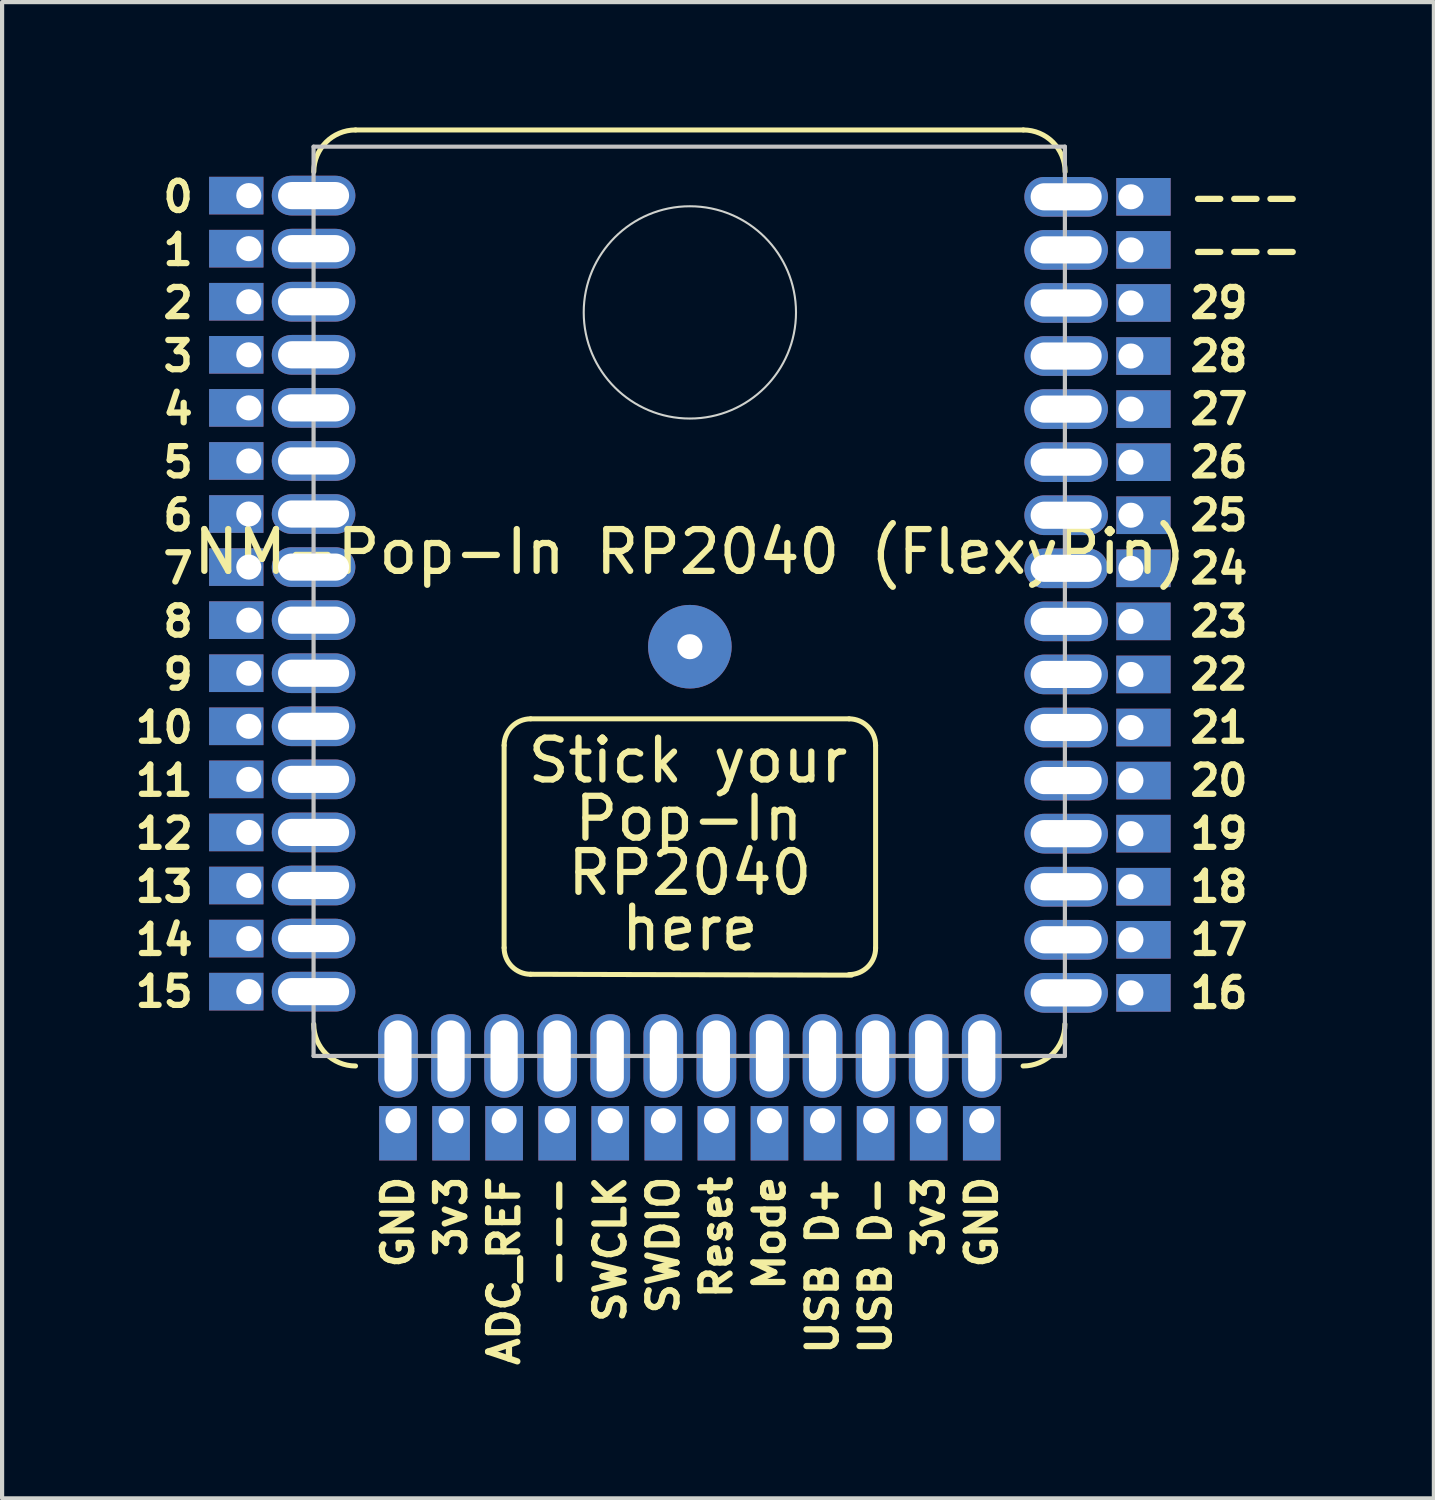
<source format=kicad_pcb>
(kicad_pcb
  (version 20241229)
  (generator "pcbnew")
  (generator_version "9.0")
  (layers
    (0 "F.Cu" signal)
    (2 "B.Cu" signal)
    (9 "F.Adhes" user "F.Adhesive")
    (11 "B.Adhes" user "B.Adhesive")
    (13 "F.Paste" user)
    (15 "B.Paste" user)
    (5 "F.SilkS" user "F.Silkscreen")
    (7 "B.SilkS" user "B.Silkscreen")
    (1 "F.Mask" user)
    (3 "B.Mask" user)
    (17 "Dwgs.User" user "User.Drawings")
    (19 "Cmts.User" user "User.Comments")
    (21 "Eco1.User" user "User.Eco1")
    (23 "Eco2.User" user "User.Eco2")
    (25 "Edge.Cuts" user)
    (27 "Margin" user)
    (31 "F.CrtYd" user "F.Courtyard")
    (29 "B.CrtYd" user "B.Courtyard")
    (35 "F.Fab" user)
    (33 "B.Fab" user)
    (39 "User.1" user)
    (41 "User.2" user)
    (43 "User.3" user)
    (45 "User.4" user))
  (footprint "NM-Pop-In RP2040 (FlexyPin)"
    (layer "F.Cu")
    (at 13.459 12.426)
    (property "Reference" "NM-Pop-In RP2040 (FlexyPin)" (at 0 -2.27 0) (unlocked yes) (layer "F.SilkS") (effects (font (size 1 1) (thickness 0.15))))
    (fp_line (start -4.445 2.361) (end -4.445 7.204) (stroke (width 0.12) (type solid)) (layer "F.SilkS"))
    (fp_line (start -3.81 1.726) (end 3.81 1.726) (stroke (width 0.12) (type solid)) (layer "F.SilkS"))
    (fp_line (start 3.869 7.86) (end -3.81 7.839) (stroke (width 0.12) (type solid)) (layer "F.SilkS"))
    (fp_line (start 4.445 2.361) (end 4.445 7.211) (stroke (width 0.12) (type solid)) (layer "F.SilkS"))
    (fp_line (start 7.98 -12.366) (end -8 -12.366) (stroke (width 0.12) (type solid)) (layer "F.SilkS"))
    (fp_arc (start -8.999533 -11.366236) (mid -8.70664 -12.073343) (end -7.999533 -12.366236) (stroke (width 0.12) (type solid)) (layer "F.SilkS"))
    (fp_arc (start -8.001016 10.033764) (mid -8.708123 9.740871) (end -9.001016 9.033764) (stroke (width 0.12) (type solid)) (layer "F.SilkS"))
    (fp_arc (start -4.445 2.361447) (mid -4.259013 1.912434) (end -3.81 1.726447) (stroke (width 0.12) (type solid)) (layer "F.SilkS"))
    (fp_arc (start -3.81 7.839268) (mid -4.259013 7.653281) (end -4.445 7.204268) (stroke (width 0.12) (type solid)) (layer "F.SilkS"))
    (fp_arc (start 3.81 1.726448) (mid 4.259022 1.912427) (end 4.445 2.361448) (stroke (width 0.12) (type solid)) (layer "F.SilkS"))
    (fp_arc (start 4.445 7.211451) (mid 4.25901 7.660462) (end 3.81 7.846451) (stroke (width 0.12) (type solid)) (layer "F.SilkS"))
    (fp_arc (start 7.980013 -12.366236) (mid 8.687103 -12.073342) (end 8.980013 -11.366236) (stroke (width 0.12) (type solid)) (layer "F.SilkS"))
    (fp_arc (start 8.974622 9.033764) (mid 8.681722 9.740862) (end 7.974622 10.033764) (stroke (width 0.12) (type solid)) (layer "F.SilkS"))
    (fp_line (start -9.005 -11.966) (end 8.975 -11.966) (stroke (width 0.1) (type solid)) (layer "Dwgs.User"))
    (fp_line (start -9.005 9.794) (end -9.005 -11.966) (stroke (width 0.1) (type solid)) (layer "Dwgs.User"))
    (fp_line (start 8.975 -11.966) (end 8.975 9.794) (stroke (width 0.1) (type solid)) (layer "Dwgs.User"))
    (fp_line (start 8.975 9.794) (end -9.005 9.794) (stroke (width 0.1) (type solid)) (layer "Dwgs.User"))
    (fp_circle (center 0 -8) (end 2.54 -8) (stroke (width 0.05) (type solid)) (fill no) (layer "Edge.Cuts"))
    (fp_text user "Pop-In" (at -0.023 4.113 0) (unlocked yes) (layer "F.SilkS") (effects (font (size 1 1) (thickness 0.15))))
    (fp_text user "27" (at 11.895 -5.686 0) (unlocked yes) (layer "F.SilkS") (effects (font (size 0.7 0.7) (thickness 0.15)) (justify left)))
    (fp_text user "24" (at 11.895 -1.876 0) (unlocked yes) (layer "F.SilkS") (effects (font (size 0.7 0.7) (thickness 0.15)) (justify left)))
    (fp_text user "10" (at -11.815 1.934 0) (unlocked yes) (layer "F.SilkS") (effects (font (size 0.7 0.7) (thickness 0.15)) (justify right)))
    (fp_text user "9" (at -11.815 0.664 0) (unlocked yes) (layer "F.SilkS") (effects (font (size 0.7 0.7) (thickness 0.15)) (justify right)))
    (fp_text user "1" (at -11.815 -9.496 0) (unlocked yes) (layer "F.SilkS") (effects (font (size 0.7 0.7) (thickness 0.15)) (justify right)))
    (fp_text user "SWDIO" (at -0.635 12.604 90) (unlocked yes) (layer "F.SilkS") (effects (font (size 0.7 0.7) (thickness 0.15)) (justify right)))
    (fp_text user "21" (at 11.895 1.934 0) (unlocked yes) (layer "F.SilkS") (effects (font (size 0.7 0.7) (thickness 0.15)) (justify left)))
    (fp_text user "GND" (at -6.985 12.604 90) (unlocked yes) (layer "F.SilkS") (effects (font (size 0.7 0.7) (thickness 0.15)) (justify right)))
    (fp_text user "USB D+" (at 3.175 12.604 90) (unlocked yes) (layer "F.SilkS") (effects (font (size 0.7 0.7) (thickness 0.15)) (justify right)))
    (fp_text user "8" (at -11.815 -0.606 0) (unlocked yes) (layer "F.SilkS") (effects (font (size 0.7 0.7) (thickness 0.15)) (justify right)))
    (fp_text user "Mode" (at 1.905 12.604 90) (unlocked yes) (layer "F.SilkS") (effects (font (size 0.7 0.7) (thickness 0.15)) (justify right)))
    (fp_text user "23" (at 11.895 -0.606 0) (unlocked yes) (layer "F.SilkS") (effects (font (size 0.7 0.7) (thickness 0.15)) (justify left)))
    (fp_text user "---" (at 11.895 -10.766 0) (unlocked yes) (layer "F.SilkS") (effects (font (size 0.7 0.7) (thickness 0.15)) (justify left)))
    (fp_text user "here" (at 0 6.742 0) (unlocked yes) (layer "F.SilkS") (effects (font (size 1 1) (thickness 0.15))))
    (fp_text user "5" (at -11.815 -4.416 0) (unlocked yes) (layer "F.SilkS") (effects (font (size 0.7 0.7) (thickness 0.15)) (justify right)))
    (fp_text user "0" (at -11.815 -10.766 0) (unlocked yes) (layer "F.SilkS") (effects (font (size 0.7 0.7) (thickness 0.15)) (justify right)))
    (fp_text user "14" (at -11.815 7.014 0) (unlocked yes) (layer "F.SilkS") (effects (font (size 0.7 0.7) (thickness 0.15)) (justify right)))
    (fp_text user "---" (at 11.895 -9.496 0) (unlocked yes) (layer "F.SilkS") (effects (font (size 0.7 0.7) (thickness 0.15)) (justify left)))
    (fp_text user "Stick your" (at -0.046 2.722 0) (unlocked yes) (layer "F.SilkS") (effects (font (size 1 1) (thickness 0.15))))
    (fp_text user "2" (at -11.815 -8.226 0) (unlocked yes) (layer "F.SilkS") (effects (font (size 0.7 0.7) (thickness 0.15)) (justify right)))
    (fp_text user "GND" (at 6.985 12.604 90) (unlocked yes) (layer "F.SilkS") (effects (font (size 0.7 0.7) (thickness 0.15)) (justify right)))
    (fp_text user "4" (at -11.815 -5.686 0) (unlocked yes) (layer "F.SilkS") (effects (font (size 0.7 0.7) (thickness 0.15)) (justify right)))
    (fp_text user "29" (at 11.895 -8.226 0) (unlocked yes) (layer "F.SilkS") (effects (font (size 0.7 0.7) (thickness 0.15)) (justify left)))
    (fp_text user "19" (at 11.895 4.474 0) (unlocked yes) (layer "F.SilkS") (effects (font (size 0.7 0.7) (thickness 0.15)) (justify left)))
    (fp_text user "26" (at 11.895 -4.416 0) (unlocked yes) (layer "F.SilkS") (effects (font (size 0.7 0.7) (thickness 0.15)) (justify left)))
    (fp_text user "13" (at -11.815 5.744 0) (unlocked yes) (layer "F.SilkS") (effects (font (size 0.7 0.7) (thickness 0.15)) (justify right)))
    (fp_text user "28" (at 11.895 -6.956 0) (unlocked yes) (layer "F.SilkS") (effects (font (size 0.7 0.7) (thickness 0.15)) (justify left)))
    (fp_text user "16" (at 11.895 8.284 0) (unlocked yes) (layer "F.SilkS") (effects (font (size 0.7 0.7) (thickness 0.15)) (justify left)))
    (fp_text user "15" (at -11.815 8.255 0) (unlocked yes) (layer "F.SilkS") (effects (font (size 0.7 0.7) (thickness 0.15)) (justify right)))
    (fp_text user "12" (at -11.815 4.474 0) (unlocked yes) (layer "F.SilkS") (effects (font (size 0.7 0.7) (thickness 0.15)) (justify right)))
    (fp_text user "7" (at -11.815 -1.876 0) (unlocked yes) (layer "F.SilkS") (effects (font (size 0.7 0.7) (thickness 0.15)) (justify right)))
    (fp_text user "3v3" (at 5.715 12.604 90) (unlocked yes) (layer "F.SilkS") (effects (font (size 0.7 0.7) (thickness 0.15)) (justify right)))
    (fp_text user "RP2040" (at 0 5.412 0) (unlocked yes) (layer "F.SilkS") (effects (font (size 1 1) (thickness 0.15))))
    (fp_text user "USB D-" (at 4.445 12.604 90) (unlocked yes) (layer "F.SilkS") (effects (font (size 0.7 0.7) (thickness 0.15)) (justify right)))
    (fp_text user "18" (at 11.895 5.744 0) (unlocked yes) (layer "F.SilkS") (effects (font (size 0.7 0.7) (thickness 0.15)) (justify left)))
    (fp_text user "3" (at -11.815 -6.956 0) (unlocked yes) (layer "F.SilkS") (effects (font (size 0.7 0.7) (thickness 0.15)) (justify right)))
    (fp_text user "Reset" (at 0.635 12.604 90) (unlocked yes) (layer "F.SilkS") (effects (font (size 0.7 0.7) (thickness 0.15)) (justify right)))
    (fp_text user "17" (at 11.895 7.014 0) (unlocked yes) (layer "F.SilkS") (effects (font (size 0.7 0.7) (thickness 0.15)) (justify left)))
    (fp_text user "11" (at -11.815 3.204 0) (unlocked yes) (layer "F.SilkS") (effects (font (size 0.7 0.7) (thickness 0.15)) (justify right)))
    (fp_text user "SWCLK" (at -1.905 12.604 90) (unlocked yes) (layer "F.SilkS") (effects (font (size 0.7 0.7) (thickness 0.15)) (justify right)))
    (fp_text user "ADC_REF" (at -4.445 12.604 90) (unlocked yes) (layer "F.SilkS") (effects (font (size 0.7 0.7) (thickness 0.15)) (justify right)))
    (fp_text user "3v3" (at -5.715 12.604 90) (unlocked yes) (layer "F.SilkS") (effects (font (size 0.7 0.7) (thickness 0.15)) (justify right)))
    (fp_text user "20" (at 11.895 3.204 0) (unlocked yes) (layer "F.SilkS") (effects (font (size 0.7 0.7) (thickness 0.15)) (justify left)))
    (fp_text user "6" (at -11.815 -3.146 0) (unlocked yes) (layer "F.SilkS") (effects (font (size 0.7 0.7) (thickness 0.15)) (justify right)))
    (fp_text user "25" (at 11.895 -3.146 0) (unlocked yes) (layer "F.SilkS") (effects (font (size 0.7 0.7) (thickness 0.15)) (justify left)))
    (fp_text user "---" (at -3.175 12.604 90) (unlocked yes) (layer "F.SilkS") (effects (font (size 0.7 0.7) (thickness 0.15)) (justify right)))
    (fp_text user "22" (at 11.895 0.664 0) (unlocked yes) (layer "F.SilkS") (effects (font (size 0.7 0.7) (thickness 0.15)) (justify left)))
    (pad "0" thru_hole circle (at 0 0 90) (size 2 2) (drill 0.6) (layers "*.Cu" "*.Mask"))
    (pad "1" thru_hole rect (at -10.555 -10.795) (size 1.3 0.9) (drill 0.6 (offset -0.3 0)) (layers "*.Cu" "*.Mask"))
    (pad "1" thru_hole oval (at -9.005 -10.795) (size 2 0.95) (drill oval 1.7 0.65) (layers "*.Cu" "*.Mask"))
    (pad "2" thru_hole rect (at -10.555 -9.525) (size 1.3 0.9) (drill 0.6 (offset -0.3 0)) (layers "*.Cu" "*.Mask"))
    (pad "2" thru_hole oval (at -9.005 -9.525) (size 2 0.95) (drill oval 1.7 0.65) (layers "*.Cu" "*.Mask"))
    (pad "3" thru_hole rect (at -10.555 -8.255) (size 1.3 0.9) (drill 0.6 (offset -0.3 0)) (layers "*.Cu" "*.Mask"))
    (pad "3" thru_hole oval (at -9.005 -8.255) (size 2 0.95) (drill oval 1.7 0.65) (layers "*.Cu" "*.Mask"))
    (pad "4" thru_hole rect (at -10.555 -6.985) (size 1.3 0.9) (drill 0.6 (offset -0.3 0)) (layers "*.Cu" "*.Mask"))
    (pad "4" thru_hole oval (at -9.005 -6.985) (size 2 0.95) (drill oval 1.7 0.65) (layers "*.Cu" "*.Mask"))
    (pad "5" thru_hole rect (at -10.555 -5.715) (size 1.3 0.9) (drill 0.6 (offset -0.3 0)) (layers "*.Cu" "*.Mask"))
    (pad "5" thru_hole oval (at -9.005 -5.715) (size 2 0.95) (drill oval 1.7 0.65) (layers "*.Cu" "*.Mask"))
    (pad "6" thru_hole rect (at -10.555 -4.445) (size 1.3 0.9) (drill 0.6 (offset -0.3 0)) (layers "*.Cu" "*.Mask"))
    (pad "6" thru_hole oval (at -9.005 -4.445) (size 2 0.95) (drill oval 1.7 0.65) (layers "*.Cu" "*.Mask"))
    (pad "7" thru_hole rect (at -10.555 -3.175) (size 1.3 0.9) (drill 0.6 (offset -0.3 0)) (layers "*.Cu" "*.Mask"))
    (pad "7" thru_hole oval (at -9.005 -3.175) (size 2 0.95) (drill oval 1.7 0.65) (layers "*.Cu" "*.Mask"))
    (pad "8" thru_hole rect (at -10.555 -1.905) (size 1.3 0.9) (drill 0.6 (offset -0.3 0)) (layers "*.Cu" "*.Mask"))
    (pad "8" thru_hole oval (at -9.005 -1.905) (size 2 0.95) (drill oval 1.7 0.65) (layers "*.Cu" "*.Mask"))
    (pad "9" thru_hole rect (at -10.555 -0.635) (size 1.3 0.9) (drill 0.6 (offset -0.3 0)) (layers "*.Cu" "*.Mask"))
    (pad "9" thru_hole oval (at -9.005 -0.635) (size 2 0.95) (drill oval 1.7 0.65) (layers "*.Cu" "*.Mask"))
    (pad "10" thru_hole rect (at -10.555 0.635) (size 1.3 0.9) (drill 0.6 (offset -0.3 0)) (layers "*.Cu" "*.Mask"))
    (pad "10" thru_hole oval (at -9.005 0.635) (size 2 0.95) (drill oval 1.7 0.65) (layers "*.Cu" "*.Mask"))
    (pad "11" thru_hole rect (at -10.555 1.905) (size 1.3 0.9) (drill 0.6 (offset -0.3 0)) (layers "*.Cu" "*.Mask"))
    (pad "11" thru_hole oval (at -9.005 1.905) (size 2 0.95) (drill oval 1.7 0.65) (layers "*.Cu" "*.Mask"))
    (pad "12" thru_hole rect (at -10.555 3.175) (size 1.3 0.9) (drill 0.6 (offset -0.3 0)) (layers "*.Cu" "*.Mask"))
    (pad "12" thru_hole oval (at -9.005 3.175) (size 2 0.95) (drill oval 1.7 0.65) (layers "*.Cu" "*.Mask"))
    (pad "13" thru_hole rect (at -10.555 4.445) (size 1.3 0.9) (drill 0.6 (offset -0.3 0)) (layers "*.Cu" "*.Mask"))
    (pad "13" thru_hole oval (at -9.005 4.445) (size 2 0.95) (drill oval 1.7 0.65) (layers "*.Cu" "*.Mask"))
    (pad "14" thru_hole rect (at -10.555 5.715) (size 1.3 0.9) (drill 0.6 (offset -0.3 0)) (layers "*.Cu" "*.Mask"))
    (pad "14" thru_hole oval (at -9.005 5.715) (size 2 0.95) (drill oval 1.7 0.65) (layers "*.Cu" "*.Mask"))
    (pad "15" thru_hole rect (at -10.555 6.985) (size 1.3 0.9) (drill 0.6 (offset -0.3 0)) (layers "*.Cu" "*.Mask"))
    (pad "15" thru_hole oval (at -9.005 6.985) (size 2 0.95) (drill oval 1.7 0.65) (layers "*.Cu" "*.Mask"))
    (pad "16" thru_hole rect (at -10.555 8.255) (size 1.3 0.9) (drill 0.6 (offset -0.3 0)) (layers "*.Cu" "*.Mask"))
    (pad "16" thru_hole oval (at -9.005 8.255) (size 2 0.95) (drill oval 1.7 0.65) (layers "*.Cu" "*.Mask"))
    (pad "17" thru_hole oval (at -6.985 9.794 90) (size 2 0.95) (drill oval 1.7 0.65) (layers "*.Cu" "*.Mask"))
    (pad "17" thru_hole rect (at -6.985 11.344 90) (size 1.3 0.9) (drill 0.6 (offset -0.3 0)) (layers "*.Cu" "*.Mask"))
    (pad "18" thru_hole oval (at -5.715 9.794 90) (size 2 0.95) (drill oval 1.7 0.65) (layers "*.Cu" "*.Mask"))
    (pad "18" thru_hole rect (at -5.715 11.344 90) (size 1.3 0.9) (drill 0.6 (offset -0.3 0)) (layers "*.Cu" "*.Mask"))
    (pad "19" thru_hole oval (at -4.445 9.794 90) (size 2 0.95) (drill oval 1.7 0.65) (layers "*.Cu" "*.Mask"))
    (pad "19" thru_hole rect (at -4.445 11.344 90) (size 1.3 0.9) (drill 0.6 (offset -0.3 0)) (layers "*.Cu" "*.Mask"))
    (pad "20" thru_hole oval (at -3.175 9.794 90) (size 2 0.95) (drill oval 1.7 0.65) (layers "*.Cu" "*.Mask"))
    (pad "20" thru_hole rect (at -3.175 11.344 90) (size 1.3 0.9) (drill 0.6 (offset -0.3 0)) (layers "*.Cu" "*.Mask"))
    (pad "21" thru_hole oval (at -1.905 9.794 90) (size 2 0.95) (drill oval 1.7 0.65) (layers "*.Cu" "*.Mask"))
    (pad "21" thru_hole rect (at -1.905 11.344 90) (size 1.3 0.9) (drill 0.6 (offset -0.3 0)) (layers "*.Cu" "*.Mask"))
    (pad "22" thru_hole oval (at -0.635 9.794 90) (size 2 0.95) (drill oval 1.7 0.65) (layers "*.Cu" "*.Mask"))
    (pad "22" thru_hole rect (at -0.635 11.344 90) (size 1.3 0.9) (drill 0.6 (offset -0.3 0)) (layers "*.Cu" "*.Mask"))
    (pad "23" thru_hole oval (at 0.635 9.794 90) (size 2 0.95) (drill oval 1.7 0.65) (layers "*.Cu" "*.Mask"))
    (pad "23" thru_hole rect (at 0.635 11.344 90) (size 1.3 0.9) (drill 0.6 (offset -0.3 0)) (layers "*.Cu" "*.Mask"))
    (pad "24" thru_hole oval (at 1.905 9.794 90) (size 2 0.95) (drill oval 1.7 0.65) (layers "*.Cu" "*.Mask"))
    (pad "24" thru_hole rect (at 1.905 11.344 90) (size 1.3 0.9) (drill 0.6 (offset -0.3 0)) (layers "*.Cu" "*.Mask"))
    (pad "25" thru_hole oval (at 3.175 9.794 90) (size 2 0.95) (drill oval 1.7 0.65) (layers "*.Cu" "*.Mask"))
    (pad "25" thru_hole rect (at 3.175 11.344 90) (size 1.3 0.9) (drill 0.6 (offset -0.3 0)) (layers "*.Cu" "*.Mask"))
    (pad "26" thru_hole oval (at 4.445 9.794 90) (size 2 0.95) (drill oval 1.7 0.65) (layers "*.Cu" "*.Mask"))
    (pad "26" thru_hole rect (at 4.445 11.344 90) (size 1.3 0.9) (drill 0.6 (offset -0.3 0)) (layers "*.Cu" "*.Mask"))
    (pad "27" thru_hole oval (at 5.715 9.794 90) (size 2 0.95) (drill oval 1.7 0.65) (layers "*.Cu" "*.Mask"))
    (pad "27" thru_hole rect (at 5.715 11.344 90) (size 1.3 0.9) (drill 0.6 (offset -0.3 0)) (layers "*.Cu" "*.Mask"))
    (pad "28" thru_hole oval (at 6.985 9.794 90) (size 2 0.95) (drill oval 1.7 0.65) (layers "*.Cu" "*.Mask"))
    (pad "28" thru_hole rect (at 6.985 11.344 90) (size 1.3 0.9) (drill 0.6 (offset -0.3 0)) (layers "*.Cu" "*.Mask"))
    (pad "29" thru_hole oval (at 9.005 8.284) (size 2 0.95) (drill oval 1.7 0.65) (layers "*.Cu" "*.Mask"))
    (pad "29" thru_hole rect (at 10.555 8.284) (size 1.3 0.9) (drill 0.6 (offset 0.3 0)) (layers "*.Cu" "*.Mask"))
    (pad "30" thru_hole oval (at 9.005 7.014) (size 2 0.95) (drill oval 1.7 0.65) (layers "*.Cu" "*.Mask"))
    (pad "30" thru_hole rect (at 10.555 7.014) (size 1.3 0.9) (drill 0.6 (offset 0.3 0)) (layers "*.Cu" "*.Mask"))
    (pad "31" thru_hole oval (at 9.005 5.744) (size 2 0.95) (drill oval 1.7 0.65) (layers "*.Cu" "*.Mask"))
    (pad "31" thru_hole rect (at 10.555 5.744) (size 1.3 0.9) (drill 0.6 (offset 0.3 0)) (layers "*.Cu" "*.Mask"))
    (pad "32" thru_hole oval (at 9.005 4.474) (size 2 0.95) (drill oval 1.7 0.65) (layers "*.Cu" "*.Mask"))
    (pad "32" thru_hole rect (at 10.555 4.474) (size 1.3 0.9) (drill 0.6 (offset 0.3 0)) (layers "*.Cu" "*.Mask"))
    (pad "33" thru_hole oval (at 9.005 3.204) (size 2 0.95) (drill oval 1.7 0.65) (layers "*.Cu" "*.Mask"))
    (pad "33" thru_hole rect (at 10.555 3.204) (size 1.3 0.9) (drill 0.6 (offset 0.3 0)) (layers "*.Cu" "*.Mask"))
    (pad "34" thru_hole oval (at 9.005 1.934) (size 2 0.95) (drill oval 1.7 0.65) (layers "*.Cu" "*.Mask"))
    (pad "34" thru_hole rect (at 10.555 1.934) (size 1.3 0.9) (drill 0.6 (offset 0.3 0)) (layers "*.Cu" "*.Mask"))
    (pad "35" thru_hole oval (at 9.005 0.664) (size 2 0.95) (drill oval 1.7 0.65) (layers "*.Cu" "*.Mask"))
    (pad "35" thru_hole rect (at 10.555 0.664) (size 1.3 0.9) (drill 0.6 (offset 0.3 0)) (layers "*.Cu" "*.Mask"))
    (pad "36" thru_hole oval (at 9.005 -0.606) (size 2 0.95) (drill oval 1.7 0.65) (layers "*.Cu" "*.Mask"))
    (pad "36" thru_hole rect (at 10.555 -0.606) (size 1.3 0.9) (drill 0.6 (offset 0.3 0)) (layers "*.Cu" "*.Mask"))
    (pad "37" thru_hole oval (at 9.005 -1.876) (size 2 0.95) (drill oval 1.7 0.65) (layers "*.Cu" "*.Mask"))
    (pad "37" thru_hole rect (at 10.555 -1.876) (size 1.3 0.9) (drill 0.6 (offset 0.3 0)) (layers "*.Cu" "*.Mask"))
    (pad "38" thru_hole oval (at 9.005 -3.146) (size 2 0.95) (drill oval 1.7 0.65) (layers "*.Cu" "*.Mask"))
    (pad "38" thru_hole rect (at 10.555 -3.146) (size 1.3 0.9) (drill 0.6 (offset 0.3 0)) (layers "*.Cu" "*.Mask"))
    (pad "39" thru_hole oval (at 9.005 -4.416) (size 2 0.95) (drill oval 1.7 0.65) (layers "*.Cu" "*.Mask"))
    (pad "39" thru_hole rect (at 10.555 -4.416) (size 1.3 0.9) (drill 0.6 (offset 0.3 0)) (layers "*.Cu" "*.Mask"))
    (pad "40" thru_hole oval (at 9.005 -5.686) (size 2 0.95) (drill oval 1.7 0.65) (layers "*.Cu" "*.Mask"))
    (pad "40" thru_hole rect (at 10.555 -5.686) (size 1.3 0.9) (drill 0.6 (offset 0.3 0)) (layers "*.Cu" "*.Mask"))
    (pad "41" thru_hole oval (at 9.005 -6.956) (size 2 0.95) (drill oval 1.7 0.65) (layers "*.Cu" "*.Mask"))
    (pad "41" thru_hole rect (at 10.555 -6.956) (size 1.3 0.9) (drill 0.6 (offset 0.3 0)) (layers "*.Cu" "*.Mask"))
    (pad "42" thru_hole oval (at 9.005 -8.226) (size 2 0.95) (drill oval 1.7 0.65) (layers "*.Cu" "*.Mask"))
    (pad "42" thru_hole rect (at 10.555 -8.226) (size 1.3 0.9) (drill 0.6 (offset 0.3 0)) (layers "*.Cu" "*.Mask"))
    (pad "43" thru_hole oval (at 9.005 -9.496) (size 2 0.95) (drill oval 1.7 0.65) (layers "*.Cu" "*.Mask"))
    (pad "43" thru_hole rect (at 10.555 -9.496) (size 1.3 0.9) (drill 0.6 (offset 0.3 0)) (layers "*.Cu" "*.Mask"))
    (pad "44" thru_hole oval (at 9.005 -10.766) (size 2 0.95) (drill oval 1.7 0.65) (layers "*.Cu" "*.Mask"))
    (pad "44" thru_hole rect (at 10.555 -10.766) (size 1.3 0.9) (drill 0.6 (offset 0.3 0)) (layers "*.Cu" "*.Mask")))
  (gr_rect
    (start -3 -3)
    (end 31.264 32.807)
    (stroke (width 0.1) (type default))
    (fill no)
    (layer "Edge.Cuts")))
</source>
